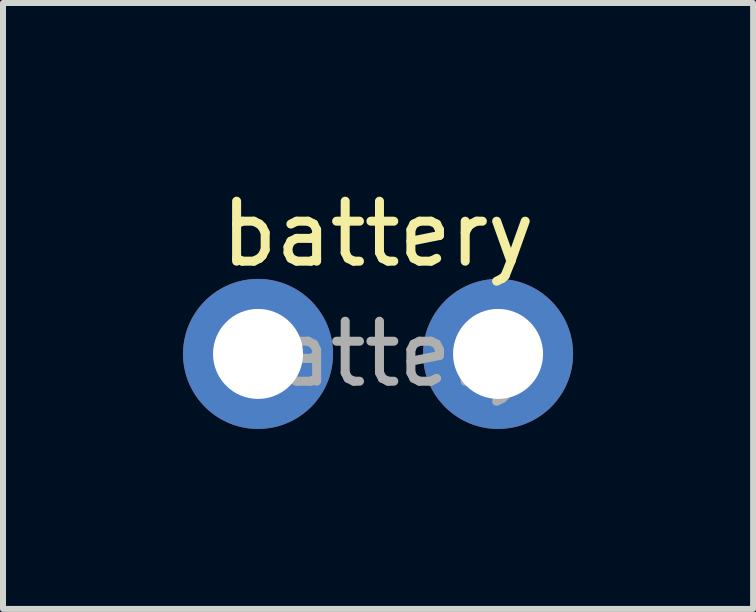
<source format=kicad_pcb>
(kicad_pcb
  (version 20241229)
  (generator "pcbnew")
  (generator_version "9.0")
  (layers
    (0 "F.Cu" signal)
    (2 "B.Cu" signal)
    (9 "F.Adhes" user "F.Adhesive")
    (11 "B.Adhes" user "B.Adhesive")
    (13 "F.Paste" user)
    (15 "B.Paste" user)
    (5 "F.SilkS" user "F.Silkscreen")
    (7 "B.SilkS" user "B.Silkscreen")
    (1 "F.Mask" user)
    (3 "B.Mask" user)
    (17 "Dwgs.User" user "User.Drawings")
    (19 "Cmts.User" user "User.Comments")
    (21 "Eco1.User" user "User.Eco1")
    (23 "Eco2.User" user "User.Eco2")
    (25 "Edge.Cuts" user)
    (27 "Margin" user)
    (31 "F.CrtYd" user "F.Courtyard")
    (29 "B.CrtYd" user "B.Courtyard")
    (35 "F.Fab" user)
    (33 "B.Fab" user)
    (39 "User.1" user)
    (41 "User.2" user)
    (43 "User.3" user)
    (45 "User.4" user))
  (footprint "battery"
    (layer "F.Cu")
    (at 3.25 2.848)
    (property "Reference" "battery" (at 0 -2 0) (unlocked yes) (layer "F.SilkS") (effects (font (size 1 1) (thickness 0.15))))
    (attr through_hole)
    (fp_text user "${REFERENCE}" (at 0 0 0) (unlocked yes) (layer "F.Fab") (effects (font (size 1 1) (thickness 0.15))))
    (pad "1" thru_hole oval (at -2 0 90) (size 2.5 2.5) (drill 1.5) (layers "*.Cu" "*.Mask"))
    (pad "2" thru_hole oval (at 2 0 90) (size 2.5 2.5) (drill 1.5) (layers "*.Cu" "*.Mask")))
  (gr_rect
    (start -3 -3)
    (end 9.5 7.098)
    (stroke (width 0.1) (type default))
    (fill no)
    (layer "Edge.Cuts")))
</source>
